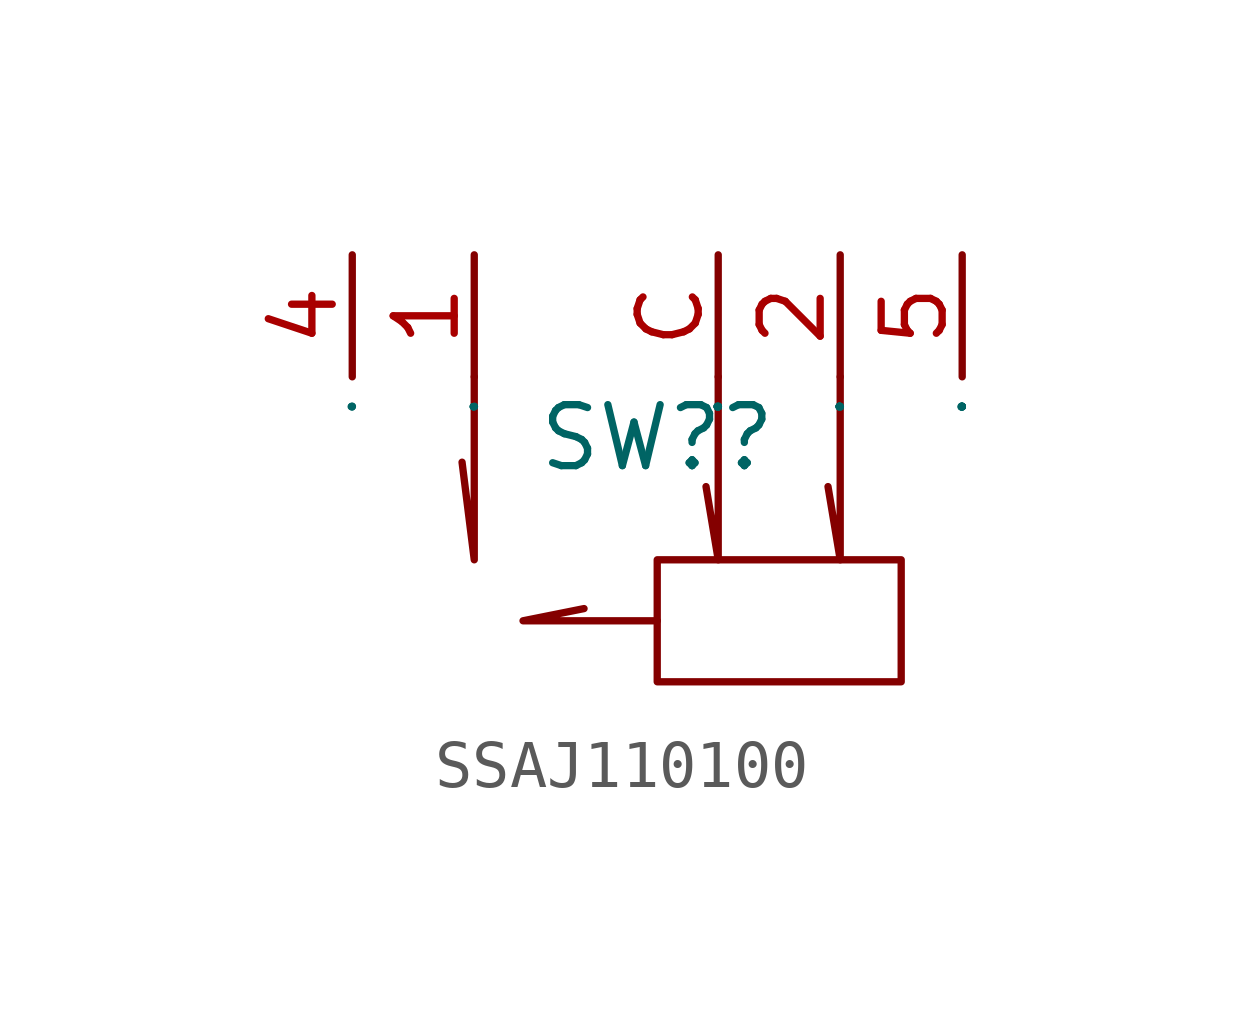
<source format=kicad_sym>
(kicad_symbol_lib
  (version 20231120)
  (generator "kicad_symbol_editor")
  (generator_version "8.0")
  (symbol "SSAJ110100"
    (property "Reference" "SW?"
      (at 0 0 0)
      (effects (font (size 1.27 1.27))))
    (property "Value" ""
      (at 0 0 0)
      (effects (font (size 1.27 1.27))))
    (symbol "SSAJ110100_1_0"
      (rectangle (start 0 -5.08) (end 5.08 -2.54) (stroke (width 0) (type default)) (fill (type none)))
      (polyline (pts (xy -3.81 1.27) (xy -3.81 -2.54) (xy -3.81 -2.54) (xy -4.064 -0.508)) (stroke (width 0) (type default)) (fill (type none)))
      (polyline (pts (xy 0 -3.81) (xy -2.794 -3.81) (xy -2.794 -3.81) (xy -1.524 -3.556)) (stroke (width 0) (type default)) (fill (type none)))
      (polyline (pts (xy 1.27 1.27) (xy 1.27 -2.54) (xy 1.27 -2.54) (xy 1.016 -1.016)) (stroke (width 0) (type default)) (fill (type none)))
      (polyline (pts (xy 3.81 1.27) (xy 3.81 -2.54) (xy 3.81 -2.54) (xy 3.556 -1.016)) (stroke (width 0) (type default)) (fill (type none)))
      (pin input line (at -3.81 3.81 270) (length 2.54) (name "1" (effects (font (size 0.025 0.025)))) (number "1" (effects (font (size 1.27 1.27)))))
      (pin input line (at 3.81 3.81 270) (length 2.54) (name "2" (effects (font (size 0.025 0.025)))) (number "2" (effects (font (size 1.27 1.27)))))
      (pin input line (at -6.35 3.81 270) (length 2.54) (name "4" (effects (font (size 0.025 0.025)))) (number "4" (effects (font (size 1.27 1.27)))))
      (pin input line (at 6.35 3.81 270) (length 2.54) (name "5" (effects (font (size 0.025 0.025)))) (number "5" (effects (font (size 1.27 1.27)))))
      (pin input line (at 1.27 3.81 270) (length 2.54) (name "C" (effects (font (size 0.025 0.025)))) (number "C" (effects (font (size 1.27 1.27))))))))
</source>
